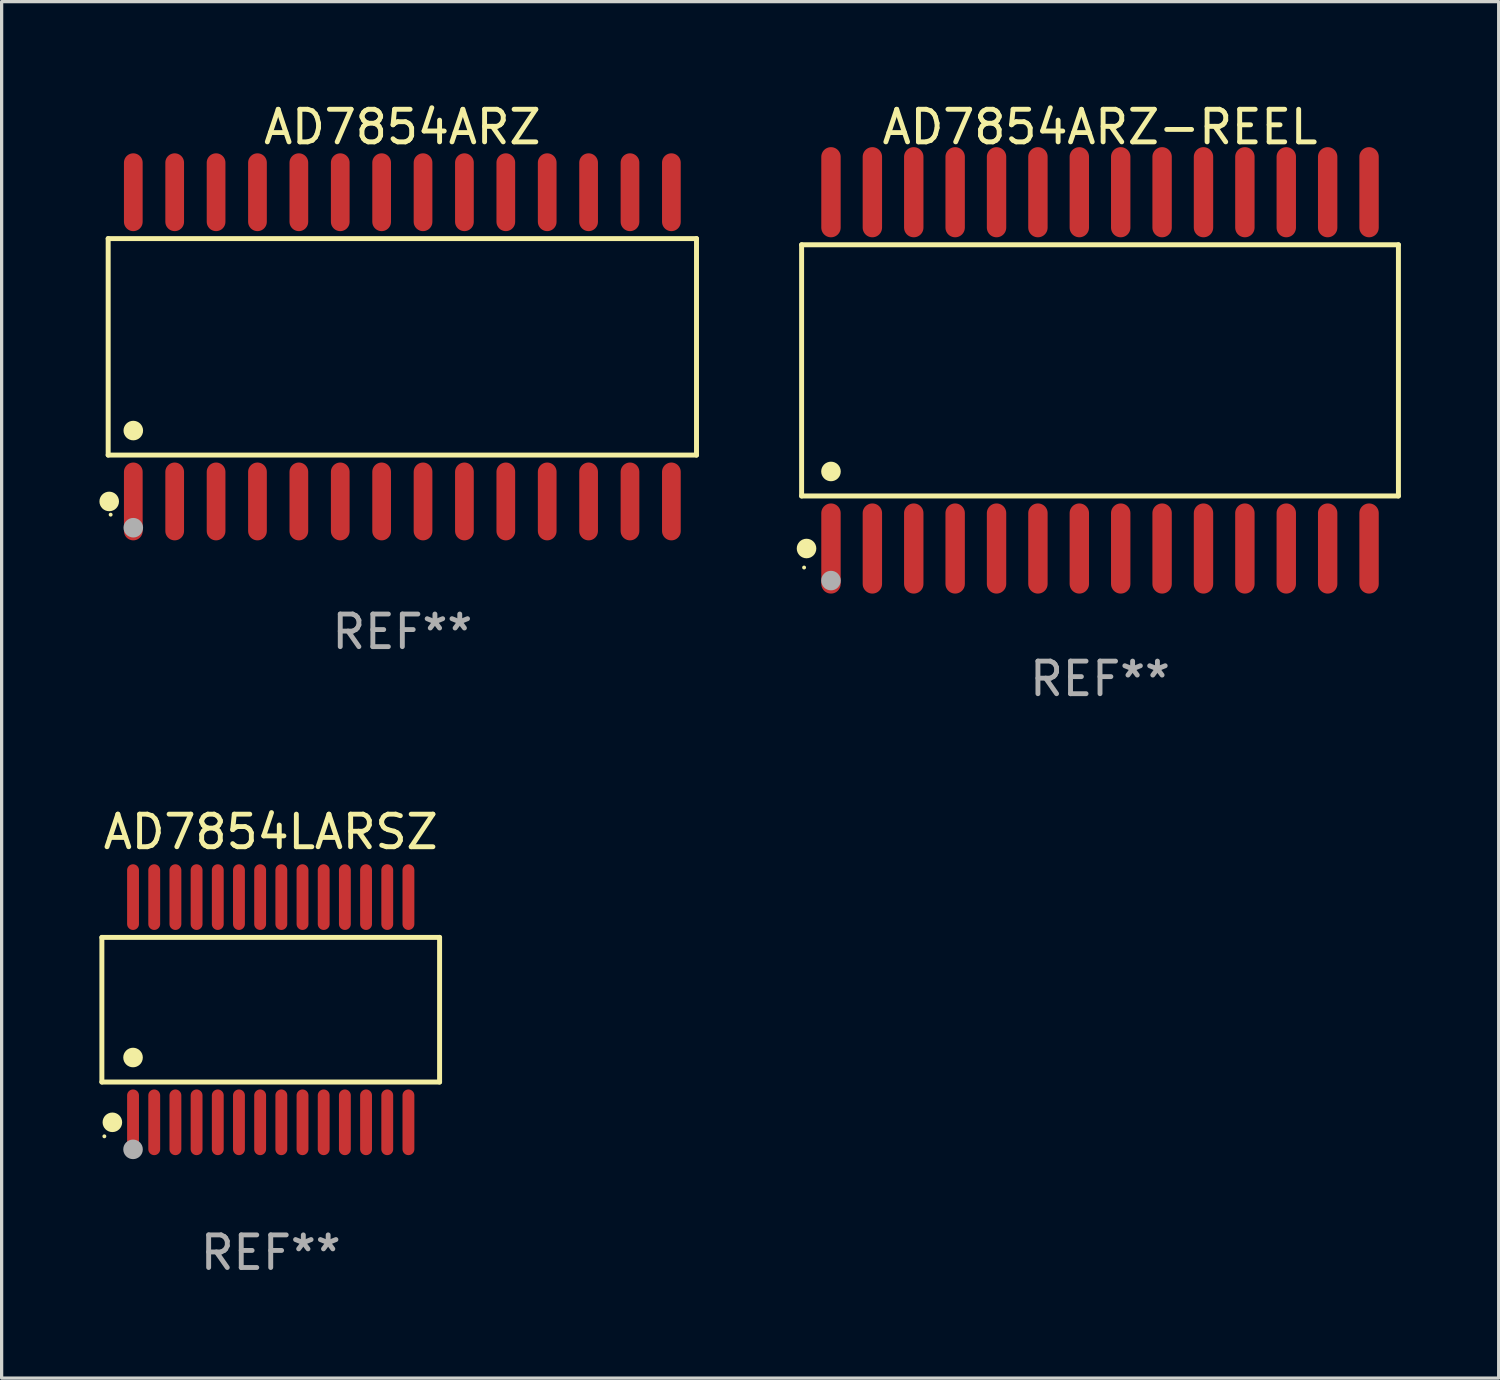
<source format=kicad_pcb>
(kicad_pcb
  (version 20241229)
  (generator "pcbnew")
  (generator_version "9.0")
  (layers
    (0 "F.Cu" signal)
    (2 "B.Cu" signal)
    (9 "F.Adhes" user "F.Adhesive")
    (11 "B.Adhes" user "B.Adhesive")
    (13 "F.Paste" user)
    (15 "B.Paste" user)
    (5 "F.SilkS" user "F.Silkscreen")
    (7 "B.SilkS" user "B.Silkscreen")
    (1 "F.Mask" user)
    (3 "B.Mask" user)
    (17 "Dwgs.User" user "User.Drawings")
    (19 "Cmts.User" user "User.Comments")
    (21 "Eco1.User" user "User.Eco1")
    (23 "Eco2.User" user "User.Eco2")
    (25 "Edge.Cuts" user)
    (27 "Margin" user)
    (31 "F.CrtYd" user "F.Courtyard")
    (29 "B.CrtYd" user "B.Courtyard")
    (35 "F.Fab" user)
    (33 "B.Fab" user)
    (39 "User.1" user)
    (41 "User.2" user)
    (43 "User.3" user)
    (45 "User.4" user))
  (footprint "AD7854ARZ"
    (layer "F.Cu")
    (at 9.295 7.592)
    (property "Reference" "AD7854ARZ" (at 0 -6.744 0) (layer "F.SilkS") (effects (font (size 1 1) (thickness 0.15))))
    (attr through_hole)
    (fp_line (start -9.026 -3.321) (end 9.026 -3.321) (stroke (width 0.152) (type solid)) (layer "F.SilkS"))
    (fp_line (start -9.026 3.321) (end -9.026 -3.321) (stroke (width 0.152) (type solid)) (layer "F.SilkS"))
    (fp_line (start 9.026 -3.321) (end 9.026 3.321) (stroke (width 0.152) (type solid)) (layer "F.SilkS"))
    (fp_line (start 9.026 3.321) (end -9.026 3.321) (stroke (width 0.152) (type solid)) (layer "F.SilkS"))
    (fp_circle (center -8.994 4.744) (end -8.844 4.744) (stroke (width 0.3) (type solid)) (fill no) (layer "F.SilkS"))
    (fp_circle (center -8.95 5.15) (end -8.92 5.15) (stroke (width 0.06) (type solid)) (fill no) (layer "F.SilkS"))
    (fp_circle (center -8.255 2.569) (end -8.105 2.569) (stroke (width 0.3) (type solid)) (fill no) (layer "F.SilkS"))
    (fp_circle (center -8.255 5.55) (end -8.105 5.55) (stroke (width 0.3) (type solid)) (fill no) (layer "F.Fab"))
    (fp_text user "REF**" (at 0 8.744 0) (layer "F.Fab") (effects (font (size 1 1) (thickness 0.15))))
    (pad "1" smd oval (at -8.255 4.744) (size 0.574 2.388) (layers "F.Cu" "F.Mask" "F.Paste"))
    (pad "2" smd oval (at -6.985 4.744) (size 0.574 2.388) (layers "F.Cu" "F.Mask" "F.Paste"))
    (pad "3" smd oval (at -5.715 4.744) (size 0.574 2.388) (layers "F.Cu" "F.Mask" "F.Paste"))
    (pad "4" smd oval (at -4.445 4.744) (size 0.574 2.388) (layers "F.Cu" "F.Mask" "F.Paste"))
    (pad "5" smd oval (at -3.175 4.744) (size 0.574 2.388) (layers "F.Cu" "F.Mask" "F.Paste"))
    (pad "6" smd oval (at -1.905 4.744) (size 0.574 2.388) (layers "F.Cu" "F.Mask" "F.Paste"))
    (pad "7" smd oval (at -0.635 4.744) (size 0.574 2.388) (layers "F.Cu" "F.Mask" "F.Paste"))
    (pad "8" smd oval (at 0.635 4.744) (size 0.574 2.388) (layers "F.Cu" "F.Mask" "F.Paste"))
    (pad "9" smd oval (at 1.905 4.744) (size 0.574 2.388) (layers "F.Cu" "F.Mask" "F.Paste"))
    (pad "10" smd oval (at 3.175 4.744) (size 0.574 2.388) (layers "F.Cu" "F.Mask" "F.Paste"))
    (pad "11" smd oval (at 4.445 4.744) (size 0.574 2.388) (layers "F.Cu" "F.Mask" "F.Paste"))
    (pad "12" smd oval (at 5.715 4.744) (size 0.574 2.388) (layers "F.Cu" "F.Mask" "F.Paste"))
    (pad "13" smd oval (at 6.985 4.744) (size 0.574 2.388) (layers "F.Cu" "F.Mask" "F.Paste"))
    (pad "14" smd oval (at 8.255 4.744) (size 0.574 2.388) (layers "F.Cu" "F.Mask" "F.Paste"))
    (pad "15" smd oval (at 8.255 -4.744) (size 0.574 2.388) (layers "F.Cu" "F.Mask" "F.Paste"))
    (pad "16" smd oval (at 6.985 -4.744) (size 0.574 2.388) (layers "F.Cu" "F.Mask" "F.Paste"))
    (pad "17" smd oval (at 5.715 -4.744) (size 0.574 2.388) (layers "F.Cu" "F.Mask" "F.Paste"))
    (pad "18" smd oval (at 4.445 -4.744) (size 0.574 2.388) (layers "F.Cu" "F.Mask" "F.Paste"))
    (pad "19" smd oval (at 3.175 -4.744) (size 0.574 2.388) (layers "F.Cu" "F.Mask" "F.Paste"))
    (pad "20" smd oval (at 1.905 -4.744) (size 0.574 2.388) (layers "F.Cu" "F.Mask" "F.Paste"))
    (pad "21" smd oval (at 0.635 -4.744) (size 0.574 2.388) (layers "F.Cu" "F.Mask" "F.Paste"))
    (pad "22" smd oval (at -0.635 -4.744) (size 0.574 2.388) (layers "F.Cu" "F.Mask" "F.Paste"))
    (pad "23" smd oval (at -1.905 -4.744) (size 0.574 2.388) (layers "F.Cu" "F.Mask" "F.Paste"))
    (pad "24" smd oval (at -3.175 -4.744) (size 0.574 2.388) (layers "F.Cu" "F.Mask" "F.Paste"))
    (pad "25" smd oval (at -4.445 -4.744) (size 0.574 2.388) (layers "F.Cu" "F.Mask" "F.Paste"))
    (pad "26" smd oval (at -5.715 -4.744) (size 0.574 2.388) (layers "F.Cu" "F.Mask" "F.Paste"))
    (pad "27" smd oval (at -6.985 -4.744) (size 0.574 2.388) (layers "F.Cu" "F.Mask" "F.Paste"))
    (pad "28" smd oval (at -8.255 -4.744) (size 0.574 2.388) (layers "F.Cu" "F.Mask" "F.Paste")))
  (footprint "AD7854LARSZ"
    (layer "F.Cu")
    (at 5.257 27.931)
    (property "Reference" "AD7854LARSZ" (at 0 -5.455 0) (layer "F.SilkS") (effects (font (size 1 1) (thickness 0.15))))
    (attr through_hole)
    (fp_line (start -5.181 -2.219) (end 5.181 -2.219) (stroke (width 0.152) (type solid)) (layer "F.SilkS"))
    (fp_line (start -5.181 2.219) (end -5.181 -2.219) (stroke (width 0.152) (type solid)) (layer "F.SilkS"))
    (fp_line (start 5.181 -2.219) (end 5.181 2.219) (stroke (width 0.152) (type solid)) (layer "F.SilkS"))
    (fp_line (start 5.181 2.219) (end -5.181 2.219) (stroke (width 0.152) (type solid)) (layer "F.SilkS"))
    (fp_circle (center -5.105 3.885) (end -5.075 3.885) (stroke (width 0.06) (type solid)) (fill no) (layer "F.SilkS"))
    (fp_circle (center -4.859 3.455) (end -4.709 3.455) (stroke (width 0.3) (type solid)) (fill no) (layer "F.SilkS"))
    (fp_circle (center -4.225 1.467) (end -4.075 1.467) (stroke (width 0.3) (type solid)) (fill no) (layer "F.SilkS"))
    (fp_circle (center -4.225 4.285) (end -4.075 4.285) (stroke (width 0.3) (type solid)) (fill no) (layer "F.Fab"))
    (fp_text user "REF**" (at 0 7.455 0) (layer "F.Fab") (effects (font (size 1 1) (thickness 0.15))))
    (pad "1" smd oval (at -4.225 3.455) (size 0.364 2.015) (layers "F.Cu" "F.Mask" "F.Paste"))
    (pad "2" smd oval (at -3.575 3.455) (size 0.364 2.015) (layers "F.Cu" "F.Mask" "F.Paste"))
    (pad "3" smd oval (at -2.925 3.455) (size 0.364 2.015) (layers "F.Cu" "F.Mask" "F.Paste"))
    (pad "4" smd oval (at -2.275 3.455) (size 0.364 2.015) (layers "F.Cu" "F.Mask" "F.Paste"))
    (pad "5" smd oval (at -1.625 3.455) (size 0.364 2.015) (layers "F.Cu" "F.Mask" "F.Paste"))
    (pad "6" smd oval (at -0.975 3.455) (size 0.364 2.015) (layers "F.Cu" "F.Mask" "F.Paste"))
    (pad "7" smd oval (at -0.325 3.455) (size 0.364 2.015) (layers "F.Cu" "F.Mask" "F.Paste"))
    (pad "8" smd oval (at 0.325 3.455) (size 0.364 2.015) (layers "F.Cu" "F.Mask" "F.Paste"))
    (pad "9" smd oval (at 0.975 3.455) (size 0.364 2.015) (layers "F.Cu" "F.Mask" "F.Paste"))
    (pad "10" smd oval (at 1.625 3.455) (size 0.364 2.015) (layers "F.Cu" "F.Mask" "F.Paste"))
    (pad "11" smd oval (at 2.275 3.455) (size 0.364 2.015) (layers "F.Cu" "F.Mask" "F.Paste"))
    (pad "12" smd oval (at 2.925 3.455) (size 0.364 2.015) (layers "F.Cu" "F.Mask" "F.Paste"))
    (pad "13" smd oval (at 3.575 3.455) (size 0.364 2.015) (layers "F.Cu" "F.Mask" "F.Paste"))
    (pad "14" smd oval (at 4.225 3.455) (size 0.364 2.015) (layers "F.Cu" "F.Mask" "F.Paste"))
    (pad "15" smd oval (at 4.225 -3.455) (size 0.364 2.015) (layers "F.Cu" "F.Mask" "F.Paste"))
    (pad "16" smd oval (at 3.575 -3.455) (size 0.364 2.015) (layers "F.Cu" "F.Mask" "F.Paste"))
    (pad "17" smd oval (at 2.925 -3.455) (size 0.364 2.015) (layers "F.Cu" "F.Mask" "F.Paste"))
    (pad "18" smd oval (at 2.275 -3.455) (size 0.364 2.015) (layers "F.Cu" "F.Mask" "F.Paste"))
    (pad "19" smd oval (at 1.625 -3.455) (size 0.364 2.015) (layers "F.Cu" "F.Mask" "F.Paste"))
    (pad "20" smd oval (at 0.975 -3.455) (size 0.364 2.015) (layers "F.Cu" "F.Mask" "F.Paste"))
    (pad "21" smd oval (at 0.325 -3.455) (size 0.364 2.015) (layers "F.Cu" "F.Mask" "F.Paste"))
    (pad "22" smd oval (at -0.325 -3.455) (size 0.364 2.015) (layers "F.Cu" "F.Mask" "F.Paste"))
    (pad "23" smd oval (at -0.975 -3.455) (size 0.364 2.015) (layers "F.Cu" "F.Mask" "F.Paste"))
    (pad "24" smd oval (at -1.625 -3.455) (size 0.364 2.015) (layers "F.Cu" "F.Mask" "F.Paste"))
    (pad "25" smd oval (at -2.275 -3.455) (size 0.364 2.015) (layers "F.Cu" "F.Mask" "F.Paste"))
    (pad "26" smd oval (at -2.925 -3.455) (size 0.364 2.015) (layers "F.Cu" "F.Mask" "F.Paste"))
    (pad "27" smd oval (at -3.575 -3.455) (size 0.364 2.015) (layers "F.Cu" "F.Mask" "F.Paste"))
    (pad "28" smd oval (at -4.225 -3.455) (size 0.364 2.015) (layers "F.Cu" "F.Mask" "F.Paste")))
  (footprint "AD7854ARZ-REEL"
    (layer "F.Cu")
    (at 30.702 8.314)
    (property "Reference" "AD7854ARZ-REEL" (at 0 -7.466 0) (layer "F.SilkS") (effects (font (size 1 1) (thickness 0.15))))
    (attr through_hole)
    (fp_line (start -9.156 -3.854) (end 9.156 -3.854) (stroke (width 0.152) (type solid)) (layer "F.SilkS"))
    (fp_line (start -9.156 3.854) (end -9.156 -3.854) (stroke (width 0.152) (type solid)) (layer "F.SilkS"))
    (fp_line (start 9.156 -3.854) (end 9.156 3.854) (stroke (width 0.152) (type solid)) (layer "F.SilkS"))
    (fp_line (start 9.156 3.854) (end -9.156 3.854) (stroke (width 0.152) (type solid)) (layer "F.SilkS"))
    (fp_circle (center -9.08 6.05) (end -9.05 6.05) (stroke (width 0.06) (type solid)) (fill no) (layer "F.SilkS"))
    (fp_circle (center -9.005 5.466) (end -8.855 5.466) (stroke (width 0.3) (type solid)) (fill no) (layer "F.SilkS"))
    (fp_circle (center -8.255 3.102) (end -8.105 3.102) (stroke (width 0.3) (type solid)) (fill no) (layer "F.SilkS"))
    (fp_circle (center -8.255 6.45) (end -8.105 6.45) (stroke (width 0.3) (type solid)) (fill no) (layer "F.Fab"))
    (fp_text user "REF**" (at 0 9.466 0) (layer "F.Fab") (effects (font (size 1 1) (thickness 0.15))))
    (pad "1" smd oval (at -8.255 5.466) (size 0.595 2.766) (layers "F.Cu" "F.Mask" "F.Paste"))
    (pad "2" smd oval (at -6.985 5.466) (size 0.595 2.766) (layers "F.Cu" "F.Mask" "F.Paste"))
    (pad "3" smd oval (at -5.715 5.466) (size 0.595 2.766) (layers "F.Cu" "F.Mask" "F.Paste"))
    (pad "4" smd oval (at -4.445 5.466) (size 0.595 2.766) (layers "F.Cu" "F.Mask" "F.Paste"))
    (pad "5" smd oval (at -3.175 5.466) (size 0.595 2.766) (layers "F.Cu" "F.Mask" "F.Paste"))
    (pad "6" smd oval (at -1.905 5.466) (size 0.595 2.766) (layers "F.Cu" "F.Mask" "F.Paste"))
    (pad "7" smd oval (at -0.635 5.466) (size 0.595 2.766) (layers "F.Cu" "F.Mask" "F.Paste"))
    (pad "8" smd oval (at 0.635 5.466) (size 0.595 2.766) (layers "F.Cu" "F.Mask" "F.Paste"))
    (pad "9" smd oval (at 1.905 5.466) (size 0.595 2.766) (layers "F.Cu" "F.Mask" "F.Paste"))
    (pad "10" smd oval (at 3.175 5.466) (size 0.595 2.766) (layers "F.Cu" "F.Mask" "F.Paste"))
    (pad "11" smd oval (at 4.445 5.466) (size 0.595 2.766) (layers "F.Cu" "F.Mask" "F.Paste"))
    (pad "12" smd oval (at 5.715 5.466) (size 0.595 2.766) (layers "F.Cu" "F.Mask" "F.Paste"))
    (pad "13" smd oval (at 6.985 5.466) (size 0.595 2.766) (layers "F.Cu" "F.Mask" "F.Paste"))
    (pad "14" smd oval (at 8.255 5.466) (size 0.595 2.766) (layers "F.Cu" "F.Mask" "F.Paste"))
    (pad "15" smd oval (at 8.255 -5.466) (size 0.595 2.766) (layers "F.Cu" "F.Mask" "F.Paste"))
    (pad "16" smd oval (at 6.985 -5.466) (size 0.595 2.766) (layers "F.Cu" "F.Mask" "F.Paste"))
    (pad "17" smd oval (at 5.715 -5.466) (size 0.595 2.766) (layers "F.Cu" "F.Mask" "F.Paste"))
    (pad "18" smd oval (at 4.445 -5.466) (size 0.595 2.766) (layers "F.Cu" "F.Mask" "F.Paste"))
    (pad "19" smd oval (at 3.175 -5.466) (size 0.595 2.766) (layers "F.Cu" "F.Mask" "F.Paste"))
    (pad "20" smd oval (at 1.905 -5.466) (size 0.595 2.766) (layers "F.Cu" "F.Mask" "F.Paste"))
    (pad "21" smd oval (at 0.635 -5.466) (size 0.595 2.766) (layers "F.Cu" "F.Mask" "F.Paste"))
    (pad "22" smd oval (at -0.635 -5.466) (size 0.595 2.766) (layers "F.Cu" "F.Mask" "F.Paste"))
    (pad "23" smd oval (at -1.905 -5.466) (size 0.595 2.766) (layers "F.Cu" "F.Mask" "F.Paste"))
    (pad "24" smd oval (at -3.175 -5.466) (size 0.595 2.766) (layers "F.Cu" "F.Mask" "F.Paste"))
    (pad "25" smd oval (at -4.445 -5.466) (size 0.595 2.766) (layers "F.Cu" "F.Mask" "F.Paste"))
    (pad "26" smd oval (at -5.715 -5.466) (size 0.595 2.766) (layers "F.Cu" "F.Mask" "F.Paste"))
    (pad "27" smd oval (at -6.985 -5.466) (size 0.595 2.766) (layers "F.Cu" "F.Mask" "F.Paste"))
    (pad "28" smd oval (at -8.255 -5.466) (size 0.595 2.766) (layers "F.Cu" "F.Mask" "F.Paste")))
  (gr_rect
    (start -3 -3)
    (end 42.934 39.235)
    (stroke (width 0.1) (type default))
    (fill no)
    (layer "Edge.Cuts")))
</source>
